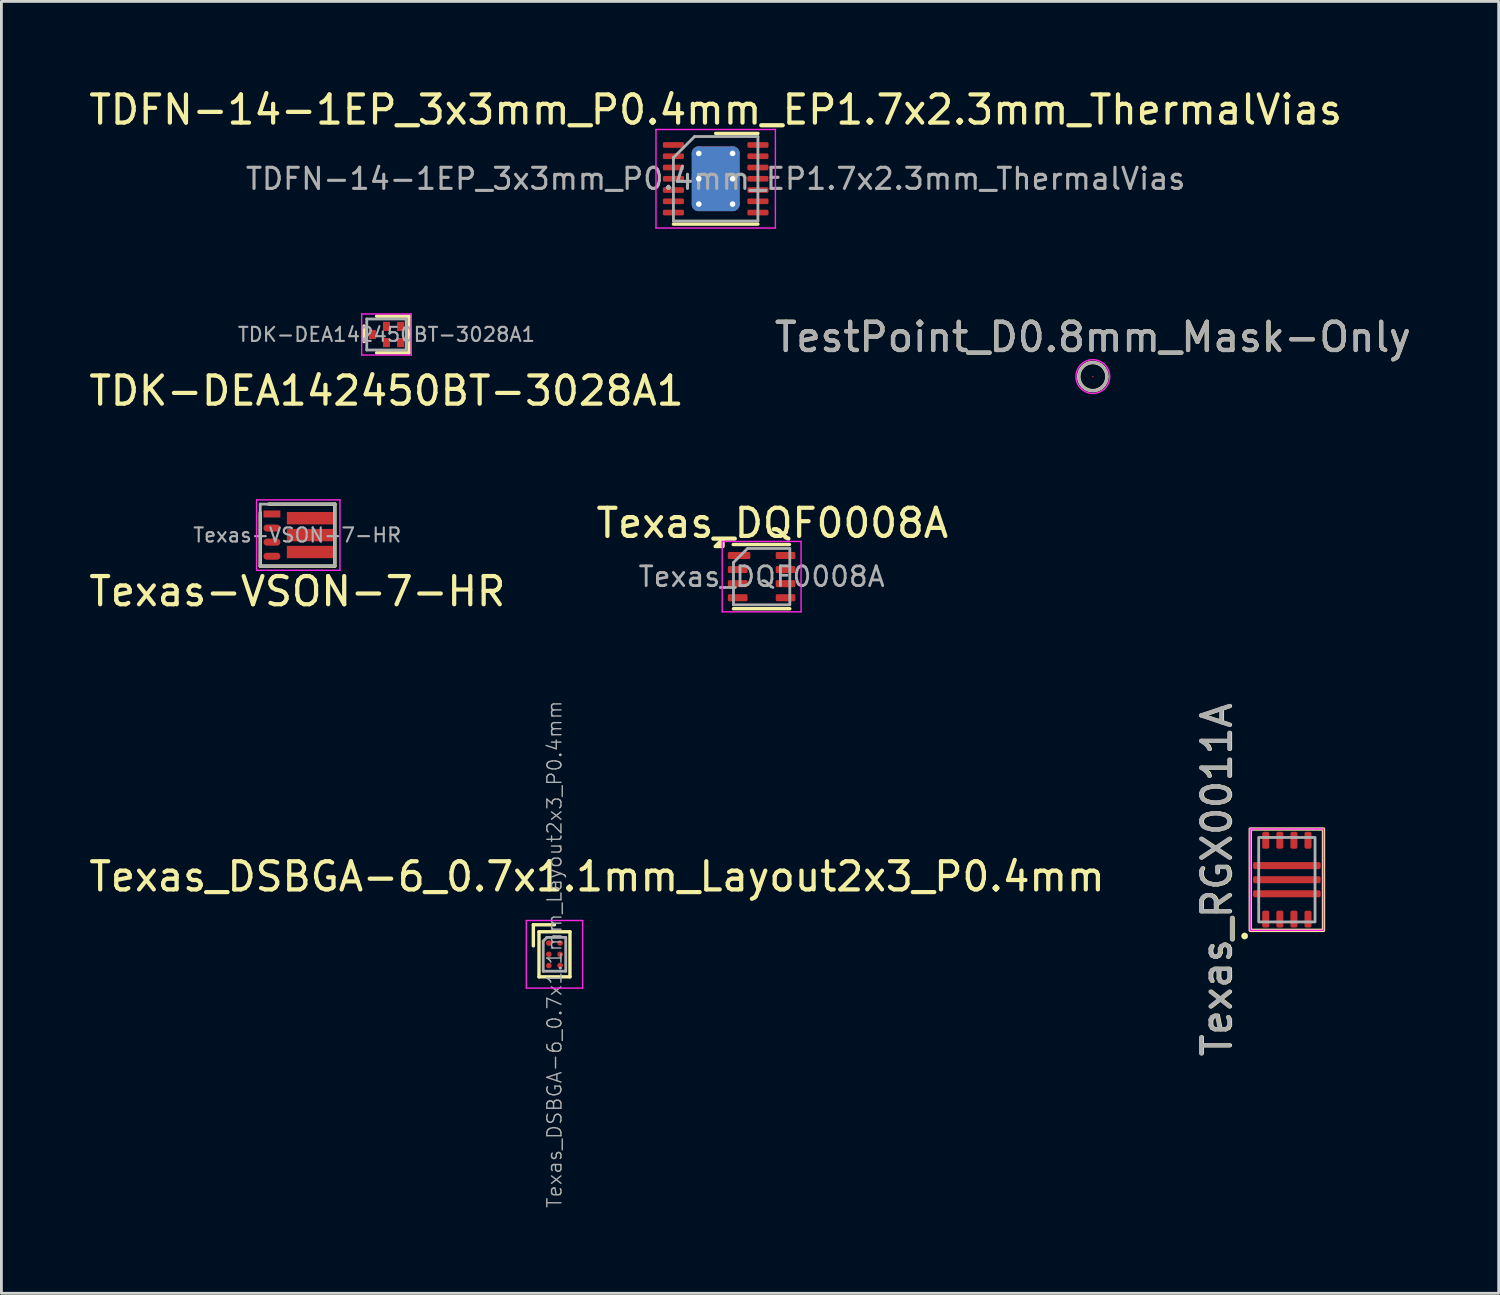
<source format=kicad_pcb>
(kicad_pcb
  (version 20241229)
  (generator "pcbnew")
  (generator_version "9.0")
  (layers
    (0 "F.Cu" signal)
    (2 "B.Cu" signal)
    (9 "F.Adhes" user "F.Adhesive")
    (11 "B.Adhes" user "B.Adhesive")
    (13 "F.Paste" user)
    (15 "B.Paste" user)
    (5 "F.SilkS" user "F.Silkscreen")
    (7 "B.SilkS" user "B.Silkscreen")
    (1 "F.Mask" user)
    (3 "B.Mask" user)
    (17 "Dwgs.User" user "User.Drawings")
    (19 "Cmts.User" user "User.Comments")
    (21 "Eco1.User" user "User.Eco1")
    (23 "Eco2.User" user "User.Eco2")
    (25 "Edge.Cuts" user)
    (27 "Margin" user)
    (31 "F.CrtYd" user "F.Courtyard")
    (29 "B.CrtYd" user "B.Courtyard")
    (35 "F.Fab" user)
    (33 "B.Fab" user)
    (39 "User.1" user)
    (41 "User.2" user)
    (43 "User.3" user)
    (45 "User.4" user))
  (footprint "Texas-VSON-7-HR"
    (layer "F.Cu")
    (at 7.541 15.951)
    (property "Reference" "Texas-VSON-7-HR" (at -0.035 2 0) (layer "F.SilkS") (effects (font (size 1 1) (thickness 0.15))))
    (attr smd)
    (fp_line (start -1.35 -0.8) (end -1.35 1.1) (stroke (width 0.12) (type solid)) (layer "F.SilkS"))
    (fp_line (start -1.35 1.1) (end 1.3 1.1) (stroke (width 0.12) (type solid)) (layer "F.SilkS"))
    (fp_line (start 1.3 -1.1) (end -1.05 -1.1) (stroke (width 0.12) (type solid)) (layer "F.SilkS"))
    (fp_line (start 1.3 1.1) (end 1.3 -1.1) (stroke (width 0.12) (type solid)) (layer "F.SilkS"))
    (fp_line (start -1.48 -1.25) (end -1.48 1.25) (stroke (width 0.05) (type solid)) (layer "F.CrtYd"))
    (fp_line (start -1.48 -1.25) (end 1.48 -1.25) (stroke (width 0.05) (type solid)) (layer "F.CrtYd"))
    (fp_line (start 1.48 1.25) (end -1.48 1.25) (stroke (width 0.05) (type solid)) (layer "F.CrtYd"))
    (fp_line (start 1.48 1.25) (end 1.48 -1.25) (stroke (width 0.05) (type solid)) (layer "F.CrtYd"))
    (fp_line (start -1.35 -1.1) (end 1.3 -1.1) (stroke (width 0.1) (type solid)) (layer "F.Fab"))
    (fp_line (start -1.35 1.1) (end -1.35 -1.1) (stroke (width 0.1) (type solid)) (layer "F.Fab"))
    (fp_line (start 1.3 -1.1) (end 1.3 1.1) (stroke (width 0.1) (type solid)) (layer "F.Fab"))
    (fp_line (start 1.3 1.1) (end -1.35 1.1) (stroke (width 0.1) (type solid)) (layer "F.Fab"))
    (fp_text user "${REFERENCE}" (at -0.035 0 0) (layer "F.Fab") (effects (font (size 0.5 0.5) (thickness 0.075))))
    (pad "" smd rect (at 0.025 -0.6) (size 0.65 0.3) (layers "F.Paste"))
    (pad "" smd rect (at 0.025 0) (size 0.65 0.3) (layers "F.Paste"))
    (pad "" smd rect (at 0.025 0.6) (size 0.65 0.3) (layers "F.Paste"))
    (pad "" smd rect (at 0.875 -0.6) (size 0.65 0.3) (layers "F.Paste"))
    (pad "" smd rect (at 0.875 0) (size 0.65 0.3) (layers "F.Paste"))
    (pad "" smd rect (at 0.875 0.6) (size 0.65 0.3) (layers "F.Paste"))
    (pad "1" smd rect (at -0.935 -0.75) (size 0.6 0.25) (layers "F.Cu" "F.Mask" "F.Paste"))
    (pad "2" smd oval (at -0.935 -0.25) (size 0.6 0.25) (layers "F.Cu" "F.Mask" "F.Paste"))
    (pad "3" smd oval (at -0.935 0.25) (size 0.6 0.25) (layers "F.Cu" "F.Mask" "F.Paste"))
    (pad "4" smd oval (at -0.935 0.75) (size 0.6 0.25) (layers "F.Cu" "F.Mask" "F.Paste"))
    (pad "5" smd rect (at 0.415 0.6) (size 1.64 0.44) (layers "F.Cu" "F.Mask"))
    (pad "6" smd rect (at 0.415 0) (size 1.64 0.44) (layers "F.Cu" "F.Mask"))
    (pad "7" smd rect (at 0.415 -0.6) (size 1.64 0.44) (layers "F.Cu" "F.Mask")))
  (footprint "TDFN-14-1EP_3x3mm_P0.4mm_EP1.7x2.3mm_ThermalVias"
    (layer "F.Cu")
    (at 22.363 3.298)
    (property "Reference" "TDFN-14-1EP_3x3mm_P0.4mm_EP1.7x2.3mm_ThermalVias" (at 0 -2.45 0) (layer "F.SilkS") (effects (font (size 1 1) (thickness 0.15))))
    (attr smd)
    (fp_line (start -1.5 1.61) (end 1.5 1.61) (stroke (width 0.12) (type solid)) (layer "F.SilkS"))
    (fp_line (start 0 -1.61) (end 1.5 -1.61) (stroke (width 0.12) (type solid)) (layer "F.SilkS"))
    (fp_line (start -2.12 -1.75) (end -2.12 1.75) (stroke (width 0.05) (type solid)) (layer "F.CrtYd"))
    (fp_line (start -2.12 1.75) (end 2.12 1.75) (stroke (width 0.05) (type solid)) (layer "F.CrtYd"))
    (fp_line (start 2.12 -1.75) (end -2.12 -1.75) (stroke (width 0.05) (type solid)) (layer "F.CrtYd"))
    (fp_line (start 2.12 1.75) (end 2.12 -1.75) (stroke (width 0.05) (type solid)) (layer "F.CrtYd"))
    (fp_line (start -1.5 -0.75) (end -0.75 -1.5) (stroke (width 0.1) (type solid)) (layer "F.Fab"))
    (fp_line (start -1.5 1.5) (end -1.5 -0.75) (stroke (width 0.1) (type solid)) (layer "F.Fab"))
    (fp_line (start -0.75 -1.5) (end 1.5 -1.5) (stroke (width 0.1) (type solid)) (layer "F.Fab"))
    (fp_line (start 1.5 -1.5) (end 1.5 1.5) (stroke (width 0.1) (type solid)) (layer "F.Fab"))
    (fp_line (start 1.5 1.5) (end -1.5 1.5) (stroke (width 0.1) (type solid)) (layer "F.Fab"))
    (fp_text user "${REFERENCE}" (at 0 0 0) (layer "F.Fab") (effects (font (size 0.75 0.75) (thickness 0.11))))
    (pad "" smd roundrect (at -0.425 -0.575) (size 0.74 1) (layers "F.Paste") (roundrect_rratio 0.25))
    (pad "" smd roundrect (at -0.425 0.575) (size 0.74 1) (layers "F.Paste") (roundrect_rratio 0.25))
    (pad "" smd roundrect (at 0.425 -0.575) (size 0.74 1) (layers "F.Paste") (roundrect_rratio 0.25))
    (pad "" smd roundrect (at 0.425 0.575) (size 0.74 1) (layers "F.Paste") (roundrect_rratio 0.25))
    (pad "1" smd roundrect (at -1.5 -1.2) (size 0.75 0.2) (layers "F.Cu" "F.Mask" "F.Paste") (roundrect_rratio 0.25))
    (pad "2" smd roundrect (at -1.5 -0.8) (size 0.75 0.2) (layers "F.Cu" "F.Mask" "F.Paste") (roundrect_rratio 0.25))
    (pad "3" smd roundrect (at -1.5 -0.4) (size 0.75 0.2) (layers "F.Cu" "F.Mask" "F.Paste") (roundrect_rratio 0.25))
    (pad "4" smd roundrect (at -1.5 0) (size 0.75 0.2) (layers "F.Cu" "F.Mask" "F.Paste") (roundrect_rratio 0.25))
    (pad "5" smd roundrect (at -1.5 0.4) (size 0.75 0.2) (layers "F.Cu" "F.Mask" "F.Paste") (roundrect_rratio 0.25))
    (pad "6" smd roundrect (at -1.5 0.8) (size 0.75 0.2) (layers "F.Cu" "F.Mask" "F.Paste") (roundrect_rratio 0.25))
    (pad "7" smd roundrect (at -1.5 1.2) (size 0.75 0.2) (layers "F.Cu" "F.Mask" "F.Paste") (roundrect_rratio 0.25))
    (pad "8" smd roundrect (at 1.5 1.2) (size 0.75 0.2) (layers "F.Cu" "F.Mask" "F.Paste") (roundrect_rratio 0.25))
    (pad "9" smd roundrect (at 1.5 0.8) (size 0.75 0.2) (layers "F.Cu" "F.Mask" "F.Paste") (roundrect_rratio 0.25))
    (pad "10" smd roundrect (at 1.5 0.4) (size 0.75 0.2) (layers "F.Cu" "F.Mask" "F.Paste") (roundrect_rratio 0.25))
    (pad "11" smd roundrect (at 1.5 0) (size 0.75 0.2) (layers "F.Cu" "F.Mask" "F.Paste") (roundrect_rratio 0.25))
    (pad "12" smd roundrect (at 1.5 -0.4) (size 0.75 0.2) (layers "F.Cu" "F.Mask" "F.Paste") (roundrect_rratio 0.25))
    (pad "13" smd roundrect (at 1.5 -0.8) (size 0.75 0.2) (layers "F.Cu" "F.Mask" "F.Paste") (roundrect_rratio 0.25))
    (pad "14" smd roundrect (at 1.5 -1.2) (size 0.75 0.2) (layers "F.Cu" "F.Mask" "F.Paste") (roundrect_rratio 0.25))
    (pad "15" thru_hole circle (at -0.6 -0.9) (size 0.5 0.5) (drill 0.2) (property pad_prop_heatsink) (layers "*.Cu"))
    (pad "15" thru_hole circle (at -0.6 0) (size 0.5 0.5) (drill 0.2) (layers "*.Cu"))
    (pad "15" thru_hole circle (at -0.6 0.9) (size 0.5 0.5) (drill 0.2) (layers "*.Cu"))
    (pad "15" smd roundrect (at 0 0) (size 1.7 2.3) (layers "F.Cu" "F.Mask" "F.Paste") (roundrect_rratio 0.147))
    (pad "15" smd roundrect (at 0 0) (size 1.7 2.3) (layers "B.Cu") (roundrect_rratio 0.147))
    (pad "15" thru_hole circle (at 0.6 -0.9) (size 0.5 0.5) (drill 0.2) (layers "*.Cu"))
    (pad "15" thru_hole circle (at 0.6 0) (size 0.5 0.5) (drill 0.2) (layers "*.Cu"))
    (pad "15" thru_hole circle (at 0.6 0.9) (size 0.5 0.5) (drill 0.2) (layers "*.Cu")))
  (footprint "TestPoint_D0.8mm_Mask-Only"
    (layer "F.Cu")
    (at 35.756 10.322)
    (property "Reference" "TestPoint_D0.8mm_Mask-Only" (at 0 -1.4 0) (layer "F.SilkS") (effects (font (size 1 1) (thickness 0.15))))
    (attr smd exclude_from_pos_files exclude_from_bom)
    (fp_circle (center 0 0) (end 0.1 0) (stroke (width 0.6) (type solid)) (fill no) (layer "F.Mask"))
    (fp_circle (center 0 0) (end 0.5 0) (stroke (width 0.12) (type solid)) (fill no) (layer "F.SilkS"))
    (fp_circle (center 0 0) (end 0.6 0) (stroke (width 0.05) (type solid)) (fill no) (layer "F.CrtYd"))
    (fp_circle (center 0 0) (end 0.5 0) (stroke (width 0.1) (type solid)) (fill no) (layer "F.Fab"))
    (fp_text user "${REFERENCE}" (at 0 -1.4 0) (layer "F.Fab") (effects (font (size 1 1) (thickness 0.15))))
    (pad "1" smd circle (at 0 0) (size 0.05 0.05) (layers "F.Cu" "F.Mask")))
  (footprint "TDK-DEA142450BT-3028A1"
    (layer "F.Cu")
    (at 10.673 8.828)
    (property "Reference" "TDK-DEA142450BT-3028A1" (at 0 2 0) (layer "F.SilkS") (effects (font (size 1 1) (thickness 0.15))))
    (attr smd)
    (fp_line (start -0.8 -0.3) (end -0.8 0.25) (stroke (width 0.12) (type solid)) (layer "F.SilkS"))
    (fp_line (start -0.35 -0.65) (end 0.8 -0.65) (stroke (width 0.12) (type solid)) (layer "F.SilkS"))
    (fp_line (start 0.8 -0.65) (end 0.8 0.65) (stroke (width 0.12) (type solid)) (layer "F.SilkS"))
    (fp_line (start 0.8 0.65) (end -0.35 0.65) (stroke (width 0.12) (type solid)) (layer "F.SilkS"))
    (fp_line (start -0.88 -0.73) (end 0.88 -0.73) (stroke (width 0.05) (type solid)) (layer "F.CrtYd"))
    (fp_line (start -0.88 0.73) (end -0.88 -0.73) (stroke (width 0.05) (type solid)) (layer "F.CrtYd"))
    (fp_line (start 0.88 -0.73) (end 0.88 0.73) (stroke (width 0.05) (type solid)) (layer "F.CrtYd"))
    (fp_line (start 0.88 0.73) (end -0.88 0.73) (stroke (width 0.05) (type solid)) (layer "F.CrtYd"))
    (fp_line (start -0.7 -0.55) (end 0.7 -0.55) (stroke (width 0.1) (type solid)) (layer "F.Fab"))
    (fp_line (start -0.7 0.55) (end -0.7 -0.55) (stroke (width 0.1) (type solid)) (layer "F.Fab"))
    (fp_line (start 0.7 -0.55) (end 0.7 0.55) (stroke (width 0.1) (type solid)) (layer "F.Fab"))
    (fp_line (start 0.7 0.55) (end -0.7 0.55) (stroke (width 0.1) (type solid)) (layer "F.Fab"))
    (fp_text user "${REFERENCE}" (at 0 0 0) (layer "F.Fab") (effects (font (size 0.5 0.5) (thickness 0.075))))
    (pad "1" smd rect (at -0.5 0) (size 0.25 0.325) (layers "F.Cu" "F.Mask" "F.Paste"))
    (pad "2" smd rect (at 0 0.287) (size 0.25 0.325) (layers "F.Cu" "F.Mask" "F.Paste"))
    (pad "3" smd rect (at 0.5 0.287) (size 0.25 0.325) (layers "F.Cu" "F.Mask" "F.Paste"))
    (pad "4" smd rect (at 0.5 -0.287) (size 0.25 0.325) (layers "F.Cu" "F.Mask" "F.Paste"))
    (pad "5" smd rect (at 0 -0.287) (size 0.25 0.325) (layers "F.Cu" "F.Mask" "F.Paste")))
  (footprint "Texas_RGX0011A"
    (layer "F.Cu")
    (at 42.646 28.187)
    (property "Reference" "Texas_RGX0011A" (at -2.475 0 90) (layer "F.SilkS") (effects (font (size 1 1) (thickness 0.15))))
    (attr smd)
    (fp_rect (start -1.3 -1.8) (end 1.3 1.8) (stroke (width 0.12) (type solid)) (fill no) (layer "F.SilkS"))
    (fp_circle (center -1.5 2) (end -1.5 2) (stroke (width 0.12) (type solid)) (fill no) (layer "F.SilkS"))
    (fp_rect (start -1.3 -1.8) (end 1.3 1.8) (stroke (width 0.05) (type solid)) (fill no) (layer "F.CrtYd"))
    (fp_rect (start -1 -1.5) (end 1 1.5) (stroke (width 0.1) (type solid)) (fill no) (layer "F.Fab"))
    (fp_text user "${REFERENCE}" (at -2.5 0 90) (unlocked yes) (layer "F.Fab") (effects (font (size 1 1) (thickness 0.15))))
    (pad "" smd roundrect (at -0.86 -0.5) (size 0.66 0.25) (layers "F.Paste") (roundrect_rratio 0.25))
    (pad "" smd roundrect (at -0.86 0) (size 0.66 0.25) (layers "F.Paste") (roundrect_rratio 0.25))
    (pad "" smd roundrect (at -0.86 0.5) (size 0.66 0.25) (layers "F.Paste") (roundrect_rratio 0.25))
    (pad "" smd roundrect (at 0 -0.5) (size 0.66 0.25) (layers "F.Paste") (roundrect_rratio 0.25))
    (pad "" smd roundrect (at 0 0) (size 0.66 0.25) (layers "F.Paste") (roundrect_rratio 0.25))
    (pad "" smd roundrect (at 0 0.5) (size 0.66 0.25) (layers "F.Paste") (roundrect_rratio 0.25))
    (pad "" smd roundrect (at 0.86 -0.5) (size 0.66 0.25) (layers "F.Paste") (roundrect_rratio 0.25))
    (pad "" smd roundrect (at 0.86 0) (size 0.66 0.25) (layers "F.Paste") (roundrect_rratio 0.25))
    (pad "" smd roundrect (at 0.86 0.5) (size 0.66 0.25) (layers "F.Paste") (roundrect_rratio 0.25))
    (pad "1" smd roundrect (at 0 -0.5) (size 2.4 0.25) (layers "F.Cu" "F.Mask") (roundrect_rratio 0.25))
    (pad "2" smd roundrect (at 0 0) (size 2.4 0.25) (layers "F.Cu" "F.Mask") (roundrect_rratio 0.25))
    (pad "3" smd roundrect (at 0 0.5) (size 2.4 0.25) (layers "F.Cu" "F.Mask") (roundrect_rratio 0.25))
    (pad "4" smd roundrect (at -0.75 1.4) (size 0.25 0.6) (layers "F.Cu" "F.Mask" "F.Paste") (roundrect_rratio 0.25))
    (pad "5" smd roundrect (at -0.25 1.4) (size 0.25 0.6) (layers "F.Cu" "F.Mask" "F.Paste") (roundrect_rratio 0.25))
    (pad "6" smd roundrect (at 0.25 1.4) (size 0.25 0.6) (layers "F.Cu" "F.Mask" "F.Paste") (roundrect_rratio 0.25))
    (pad "7" smd roundrect (at 0.75 1.4) (size 0.25 0.6) (layers "F.Cu" "F.Mask" "F.Paste") (roundrect_rratio 0.25))
    (pad "8" smd roundrect (at 0.75 -1.4) (size 0.25 0.6) (layers "F.Cu" "F.Mask" "F.Paste") (roundrect_rratio 0.25))
    (pad "9" smd roundrect (at 0.25 -1.4) (size 0.25 0.6) (layers "F.Cu" "F.Mask" "F.Paste") (roundrect_rratio 0.25))
    (pad "10" smd roundrect (at -0.25 -1.4) (size 0.25 0.6) (layers "F.Cu" "F.Mask" "F.Paste") (roundrect_rratio 0.25))
    (pad "11" smd roundrect (at -0.75 -1.4) (size 0.25 0.6) (layers "F.Cu" "F.Mask" "F.Paste") (roundrect_rratio 0.25)))
  (footprint "Texas_DQF0008A"
    (layer "F.Cu")
    (at 23.995 17.425)
    (property "Reference" "Texas_DQF0008A" (at 0.38 -1.9 0) (layer "F.SilkS") (effects (font (size 1 1) (thickness 0.15))))
    (attr smd)
    (fp_line (start -1.01 -1.14) (end 0.99 -1.14) (stroke (width 0.12) (type solid)) (layer "F.SilkS"))
    (fp_line (start -1 1.14) (end 1 1.14) (stroke (width 0.12) (type solid)) (layer "F.SilkS"))
    (fp_poly (pts (xy -1.37 -1.07) (xy -1.65 -1.07) (xy -1.37 -1.35) (xy -1.37 -1.07)) (stroke (width 0.12) (type solid)) (fill yes) (layer "F.SilkS"))
    (fp_line (start -1.4 -1.25) (end -1.4 1.25) (stroke (width 0.05) (type solid)) (layer "F.CrtYd"))
    (fp_line (start -1.4 -1.25) (end 1.4 -1.25) (stroke (width 0.05) (type solid)) (layer "F.CrtYd"))
    (fp_line (start -1.4 1.25) (end 1.4 1.25) (stroke (width 0.05) (type solid)) (layer "F.CrtYd"))
    (fp_line (start 1.4 -1.25) (end 1.4 1.25) (stroke (width 0.05) (type solid)) (layer "F.CrtYd"))
    (fp_line (start -1 1) (end -1 -0.5) (stroke (width 0.1) (type solid)) (layer "F.Fab"))
    (fp_line (start -0.5 -1) (end -1 -0.5) (stroke (width 0.1) (type solid)) (layer "F.Fab"))
    (fp_line (start -0.5 -1) (end 1 -1) (stroke (width 0.1) (type solid)) (layer "F.Fab"))
    (fp_line (start 1 -1) (end 1 1) (stroke (width 0.1) (type solid)) (layer "F.Fab"))
    (fp_line (start 1 1) (end -1 1) (stroke (width 0.1) (type solid)) (layer "F.Fab"))
    (fp_text user "${REFERENCE}" (at 0 0 0) (layer "F.Fab") (effects (font (size 0.7 0.7) (thickness 0.1))))
    (pad "1" smd roundrect (at -0.8 -0.75) (size 0.8 0.25) (layers "F.Cu" "F.Mask" "F.Paste") (roundrect_rratio 0.2))
    (pad "2" smd roundrect (at -0.85 -0.25) (size 0.7 0.25) (layers "F.Cu" "F.Mask" "F.Paste") (roundrect_rratio 0.2))
    (pad "3" smd roundrect (at -0.85 0.25) (size 0.7 0.25) (layers "F.Cu" "F.Mask" "F.Paste") (roundrect_rratio 0.2))
    (pad "4" smd roundrect (at -0.85 0.75) (size 0.7 0.25) (layers "F.Cu" "F.Mask" "F.Paste") (roundrect_rratio 0.2))
    (pad "5" smd roundrect (at 0.85 0.75) (size 0.7 0.25) (layers "F.Cu" "F.Mask" "F.Paste") (roundrect_rratio 0.2))
    (pad "6" smd roundrect (at 0.85 0.25) (size 0.7 0.25) (layers "F.Cu" "F.Mask" "F.Paste") (roundrect_rratio 0.2))
    (pad "7" smd roundrect (at 0.85 -0.25) (size 0.7 0.25) (layers "F.Cu" "F.Mask" "F.Paste") (roundrect_rratio 0.2))
    (pad "8" smd roundrect (at 0.85 -0.75) (size 0.7 0.25) (layers "F.Cu" "F.Mask" "F.Paste") (roundrect_rratio 0.2)))
  (footprint "Texas_DSBGA-6_0.7x1.1mm_Layout2x3_P0.4mm"
    (layer "F.Cu")
    (at 16.639 30.837)
    (property "Reference" "Texas_DSBGA-6_0.7x1.1mm_Layout2x3_P0.4mm" (at 1.51 -2.76 0) (layer "F.SilkS") (effects (font (size 1 1) (thickness 0.15))))
    (attr smd)
    (fp_line (start -0.75 -1.05) (end -0.75 -0.3) (stroke (width 0.12) (type solid)) (layer "F.SilkS"))
    (fp_line (start -0.55 -0.8) (end -0.55 0.8) (stroke (width 0.12) (type solid)) (layer "F.SilkS"))
    (fp_line (start -0.55 0.8) (end 0.55 0.8) (stroke (width 0.12) (type solid)) (layer "F.SilkS"))
    (fp_line (start 0 -1.05) (end -0.75 -1.05) (stroke (width 0.12) (type solid)) (layer "F.SilkS"))
    (fp_line (start 0.55 -0.8) (end -0.55 -0.8) (stroke (width 0.12) (type solid)) (layer "F.SilkS"))
    (fp_line (start 0.55 -0.8) (end 0.55 0.8) (stroke (width 0.12) (type solid)) (layer "F.SilkS"))
    (fp_line (start -1 -1.2) (end -1 1.2) (stroke (width 0.05) (type solid)) (layer "F.CrtYd"))
    (fp_line (start -1 -1.2) (end 1 -1.2) (stroke (width 0.05) (type solid)) (layer "F.CrtYd"))
    (fp_line (start 1 1.2) (end -1 1.2) (stroke (width 0.05) (type solid)) (layer "F.CrtYd"))
    (fp_line (start 1 1.2) (end 1 -1.2) (stroke (width 0.05) (type solid)) (layer "F.CrtYd"))
    (fp_line (start -0.4 -0.47) (end -0.4 0.6) (stroke (width 0.1) (type solid)) (layer "F.Fab"))
    (fp_line (start -0.4 -0.47) (end -0.27 -0.6) (stroke (width 0.1) (type solid)) (layer "F.Fab"))
    (fp_line (start -0.4 0.6) (end 0.4 0.6) (stroke (width 0.1) (type solid)) (layer "F.Fab"))
    (fp_line (start 0.4 -0.6) (end -0.27 -0.6) (stroke (width 0.1) (type solid)) (layer "F.Fab"))
    (fp_line (start 0.4 0.6) (end 0.4 -0.6) (stroke (width 0.1) (type solid)) (layer "F.Fab"))
    (fp_text user "${REFERENCE}" (at 0 0 90) (layer "F.Fab") (effects (font (size 0.5 0.5) (thickness 0.05))))
    (pad "" smd roundrect (at -0.2 -0.4) (size 0.21 0.21) (layers "F.Paste") (roundrect_rratio 0.238))
    (pad "" smd roundrect (at -0.2 0) (size 0.21 0.21) (layers "F.Paste") (roundrect_rratio 0.238))
    (pad "" smd roundrect (at -0.2 0.4) (size 0.21 0.21) (layers "F.Paste") (roundrect_rratio 0.238))
    (pad "" smd roundrect (at 0.2 -0.4) (size 0.21 0.21) (layers "F.Paste") (roundrect_rratio 0.238))
    (pad "" smd roundrect (at 0.2 0) (size 0.21 0.21) (layers "F.Paste") (roundrect_rratio 0.238))
    (pad "" smd roundrect (at 0.2 0.4) (size 0.21 0.21) (layers "F.Paste") (roundrect_rratio 0.238))
    (pad "A1" smd circle (at -0.2 -0.4) (size 0.2 0.2) (property pad_prop_bga) (layers "F.Cu" "F.Mask"))
    (pad "A2" smd circle (at 0.2 -0.4) (size 0.2 0.2) (property pad_prop_bga) (layers "F.Cu" "F.Mask"))
    (pad "B1" smd circle (at -0.2 0) (size 0.2 0.2) (property pad_prop_bga) (layers "F.Cu" "F.Mask"))
    (pad "B2" smd circle (at 0.2 0) (size 0.2 0.2) (property pad_prop_bga) (layers "F.Cu" "F.Mask"))
    (pad "C1" smd circle (at -0.2 0.4) (size 0.2 0.2) (property pad_prop_bga) (layers "F.Cu" "F.Mask"))
    (pad "C2" smd circle (at 0.2 0.4) (size 0.2 0.2) (property pad_prop_bga) (layers "F.Cu" "F.Mask")))
  (gr_rect
    (start -3 -3)
    (end 50.167 42.874)
    (stroke (width 0.1) (type default))
    (fill no)
    (layer "Edge.Cuts")))
</source>
